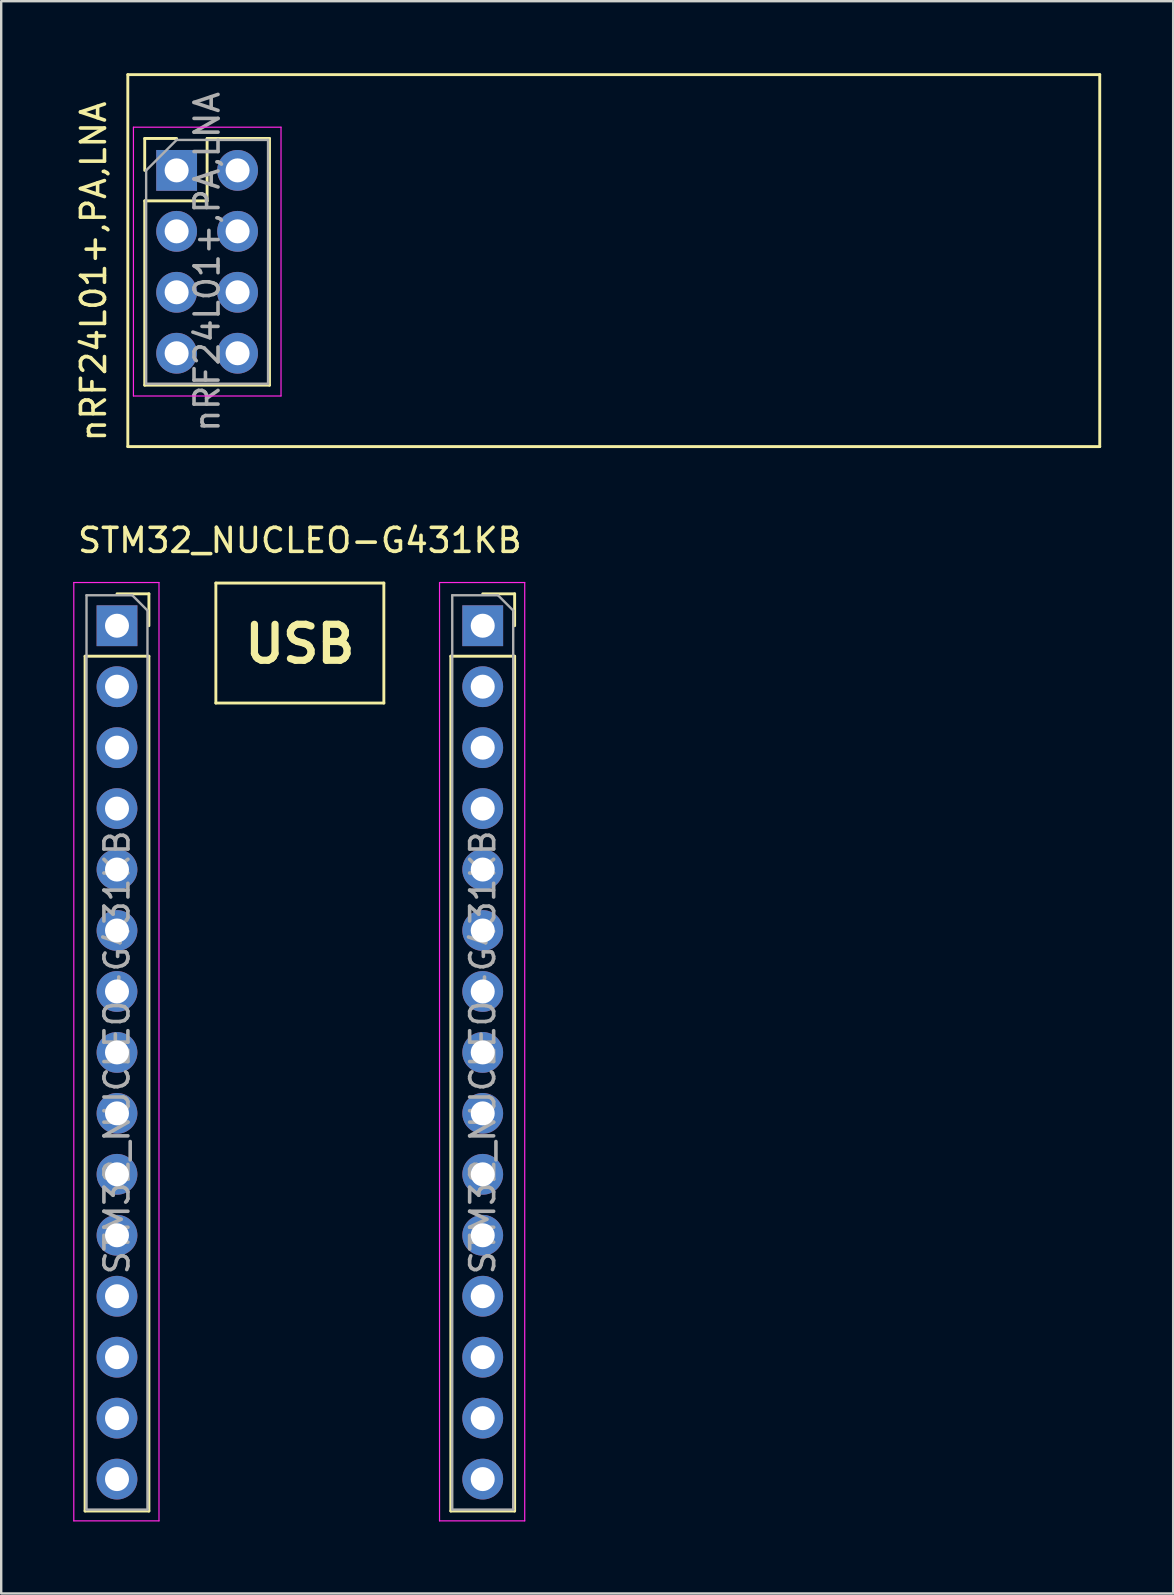
<source format=kicad_pcb>
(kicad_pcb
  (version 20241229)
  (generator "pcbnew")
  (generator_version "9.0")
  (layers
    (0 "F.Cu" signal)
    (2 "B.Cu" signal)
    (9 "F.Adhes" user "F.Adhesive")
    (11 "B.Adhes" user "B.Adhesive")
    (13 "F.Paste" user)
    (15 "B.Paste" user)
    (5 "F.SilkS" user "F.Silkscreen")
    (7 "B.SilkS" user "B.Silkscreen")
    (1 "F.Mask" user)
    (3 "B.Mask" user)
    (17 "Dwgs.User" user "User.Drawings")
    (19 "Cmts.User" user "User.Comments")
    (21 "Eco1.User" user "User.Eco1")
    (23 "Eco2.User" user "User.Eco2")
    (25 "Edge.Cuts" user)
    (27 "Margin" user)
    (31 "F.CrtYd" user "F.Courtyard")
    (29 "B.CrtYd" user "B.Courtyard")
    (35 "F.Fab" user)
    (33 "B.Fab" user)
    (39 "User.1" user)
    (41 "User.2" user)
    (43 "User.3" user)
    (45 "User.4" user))
  (footprint "STM32_NUCLEO-G431KB"
    (layer "F.Cu")
    (at 9.445 39.534)
    (property "Reference" "STM32_NUCLEO-G431KB" (at 0 -20.066 0) (layer "F.SilkS") (effects (font (size 1 1) (thickness 0.15))))
    (attr through_hole)
    (fp_line (start -8.95 -15.24) (end -8.95 20.38) (stroke (width 0.12) (type solid)) (layer "F.SilkS"))
    (fp_line (start -8.95 -15.24) (end -6.29 -15.24) (stroke (width 0.12) (type solid)) (layer "F.SilkS"))
    (fp_line (start -8.95 20.38) (end -6.29 20.38) (stroke (width 0.12) (type solid)) (layer "F.SilkS"))
    (fp_line (start -7.62 -17.84) (end -6.29 -17.84) (stroke (width 0.12) (type solid)) (layer "F.SilkS"))
    (fp_line (start -6.29 -17.84) (end -6.29 -16.51) (stroke (width 0.12) (type solid)) (layer "F.SilkS"))
    (fp_line (start -6.29 -15.24) (end -6.29 20.38) (stroke (width 0.12) (type solid)) (layer "F.SilkS"))
    (fp_line (start -3.5 -18.288) (end -3.5 -13.288) (stroke (width 0.12) (type solid)) (layer "F.SilkS"))
    (fp_line (start 3.5 -18.288) (end -3.5 -18.288) (stroke (width 0.12) (type solid)) (layer "F.SilkS"))
    (fp_line (start 3.5 -13.288) (end -3.5 -13.288) (stroke (width 0.12) (type solid)) (layer "F.SilkS"))
    (fp_line (start 3.5 -13.288) (end 3.5 -18.288) (stroke (width 0.12) (type solid)) (layer "F.SilkS"))
    (fp_line (start 6.29 -15.24) (end 6.29 20.38) (stroke (width 0.12) (type solid)) (layer "F.SilkS"))
    (fp_line (start 6.29 -15.24) (end 8.95 -15.24) (stroke (width 0.12) (type solid)) (layer "F.SilkS"))
    (fp_line (start 6.29 20.38) (end 8.95 20.38) (stroke (width 0.12) (type solid)) (layer "F.SilkS"))
    (fp_line (start 7.62 -17.84) (end 8.95 -17.84) (stroke (width 0.12) (type solid)) (layer "F.SilkS"))
    (fp_line (start 8.95 -17.84) (end 8.95 -16.51) (stroke (width 0.12) (type solid)) (layer "F.SilkS"))
    (fp_line (start 8.95 -15.24) (end 8.95 20.38) (stroke (width 0.12) (type solid)) (layer "F.SilkS"))
    (fp_line (start -9.42 -18.31) (end -5.87 -18.31) (stroke (width 0.05) (type solid)) (layer "F.CrtYd"))
    (fp_line (start -9.42 20.79) (end -9.42 -18.31) (stroke (width 0.05) (type solid)) (layer "F.CrtYd"))
    (fp_line (start -5.87 -18.31) (end -5.87 20.79) (stroke (width 0.05) (type solid)) (layer "F.CrtYd"))
    (fp_line (start -5.87 20.79) (end -9.42 20.79) (stroke (width 0.05) (type solid)) (layer "F.CrtYd"))
    (fp_line (start 5.82 -18.31) (end 9.37 -18.31) (stroke (width 0.05) (type solid)) (layer "F.CrtYd"))
    (fp_line (start 5.82 20.79) (end 5.82 -18.31) (stroke (width 0.05) (type solid)) (layer "F.CrtYd"))
    (fp_line (start 9.37 -18.31) (end 9.37 20.79) (stroke (width 0.05) (type solid)) (layer "F.CrtYd"))
    (fp_line (start 9.37 20.79) (end 5.82 20.79) (stroke (width 0.05) (type solid)) (layer "F.CrtYd"))
    (fp_line (start -8.89 -17.78) (end -6.985 -17.78) (stroke (width 0.1) (type solid)) (layer "F.Fab"))
    (fp_line (start -8.89 20.32) (end -8.89 -17.78) (stroke (width 0.1) (type solid)) (layer "F.Fab"))
    (fp_line (start -6.985 -17.78) (end -6.35 -17.145) (stroke (width 0.1) (type solid)) (layer "F.Fab"))
    (fp_line (start -6.35 -17.145) (end -6.35 20.32) (stroke (width 0.1) (type solid)) (layer "F.Fab"))
    (fp_line (start -6.35 20.32) (end -8.89 20.32) (stroke (width 0.1) (type solid)) (layer "F.Fab"))
    (fp_line (start 6.35 -17.78) (end 8.255 -17.78) (stroke (width 0.1) (type solid)) (layer "F.Fab"))
    (fp_line (start 6.35 20.32) (end 6.35 -17.78) (stroke (width 0.1) (type solid)) (layer "F.Fab"))
    (fp_line (start 8.255 -17.78) (end 8.89 -17.145) (stroke (width 0.1) (type solid)) (layer "F.Fab"))
    (fp_line (start 8.89 -17.145) (end 8.89 20.32) (stroke (width 0.1) (type solid)) (layer "F.Fab"))
    (fp_line (start 8.89 20.32) (end 6.35 20.32) (stroke (width 0.1) (type solid)) (layer "F.Fab"))
    (fp_text user "USB" (at 0 -15.748 0) (layer "F.SilkS") (effects (font (size 1.5 1.5) (thickness 0.3))))
    (fp_text user "${REFERENCE}" (at -7.62 1.27 90) (layer "F.Fab") (effects (font (size 1 1) (thickness 0.15))))
    (fp_text user "${REFERENCE}" (at 7.62 1.27 90) (layer "F.Fab") (effects (font (size 1 1) (thickness 0.15))))
    (pad "1" thru_hole rect (at 7.62 -16.51) (size 1.7 1.7) (drill 1) (layers "*.Cu" "*.Mask"))
    (pad "2" thru_hole oval (at 7.62 -13.97) (size 1.7 1.7) (drill 1) (layers "*.Cu" "*.Mask"))
    (pad "3" thru_hole oval (at 7.62 -11.43) (size 1.7 1.7) (drill 1) (layers "*.Cu" "*.Mask"))
    (pad "4" thru_hole oval (at 7.62 -8.89) (size 1.7 1.7) (drill 1) (layers "*.Cu" "*.Mask"))
    (pad "5" thru_hole oval (at 7.62 -6.35) (size 1.7 1.7) (drill 1) (layers "*.Cu" "*.Mask"))
    (pad "6" thru_hole oval (at 7.62 -3.81) (size 1.7 1.7) (drill 1) (layers "*.Cu" "*.Mask"))
    (pad "7" thru_hole oval (at 7.62 -1.27) (size 1.7 1.7) (drill 1) (layers "*.Cu" "*.Mask"))
    (pad "8" thru_hole oval (at 7.62 1.27) (size 1.7 1.7) (drill 1) (layers "*.Cu" "*.Mask"))
    (pad "9" thru_hole oval (at 7.62 3.81) (size 1.7 1.7) (drill 1) (layers "*.Cu" "*.Mask"))
    (pad "10" thru_hole oval (at 7.62 6.35) (size 1.7 1.7) (drill 1) (layers "*.Cu" "*.Mask"))
    (pad "11" thru_hole oval (at 7.62 8.89) (size 1.7 1.7) (drill 1) (layers "*.Cu" "*.Mask"))
    (pad "12" thru_hole oval (at 7.62 11.43) (size 1.7 1.7) (drill 1) (layers "*.Cu" "*.Mask"))
    (pad "13" thru_hole oval (at 7.62 13.97) (size 1.7 1.7) (drill 1) (layers "*.Cu" "*.Mask"))
    (pad "14" thru_hole oval (at 7.62 16.51) (size 1.7 1.7) (drill 1) (layers "*.Cu" "*.Mask"))
    (pad "15" thru_hole oval (at 7.62 19.05) (size 1.7 1.7) (drill 1) (layers "*.Cu" "*.Mask"))
    (pad "16" thru_hole oval (at -7.62 19.05) (size 1.7 1.7) (drill 1) (layers "*.Cu" "*.Mask"))
    (pad "17" thru_hole oval (at -7.62 16.51) (size 1.7 1.7) (drill 1) (layers "*.Cu" "*.Mask"))
    (pad "18" thru_hole oval (at -7.62 13.97) (size 1.7 1.7) (drill 1) (layers "*.Cu" "*.Mask"))
    (pad "19" thru_hole oval (at -7.62 11.43) (size 1.7 1.7) (drill 1) (layers "*.Cu" "*.Mask"))
    (pad "20" thru_hole oval (at -7.62 8.89) (size 1.7 1.7) (drill 1) (layers "*.Cu" "*.Mask"))
    (pad "21" thru_hole oval (at -7.62 6.35) (size 1.7 1.7) (drill 1) (layers "*.Cu" "*.Mask"))
    (pad "22" thru_hole oval (at -7.62 3.81) (size 1.7 1.7) (drill 1) (layers "*.Cu" "*.Mask"))
    (pad "23" thru_hole oval (at -7.62 1.27) (size 1.7 1.7) (drill 1) (layers "*.Cu" "*.Mask"))
    (pad "24" thru_hole oval (at -7.62 -1.27) (size 1.7 1.7) (drill 1) (layers "*.Cu" "*.Mask"))
    (pad "25" thru_hole oval (at -7.62 -3.81) (size 1.7 1.7) (drill 1) (layers "*.Cu" "*.Mask"))
    (pad "26" thru_hole oval (at -7.62 -6.35) (size 1.7 1.7) (drill 1) (layers "*.Cu" "*.Mask"))
    (pad "27" thru_hole oval (at -7.62 -8.89) (size 1.7 1.7) (drill 1) (layers "*.Cu" "*.Mask"))
    (pad "28" thru_hole oval (at -7.62 -11.43) (size 1.7 1.7) (drill 1) (layers "*.Cu" "*.Mask"))
    (pad "29" thru_hole oval (at -7.62 -13.97) (size 1.7 1.7) (drill 1) (layers "*.Cu" "*.Mask"))
    (pad "30" thru_hole rect (at -7.62 -16.51) (size 1.7 1.7) (drill 1) (layers "*.Cu" "*.Mask")))
  (footprint "nRF24L01+,PA,LNA"
    (layer "F.Cu")
    (at 5.548 7.86)
    (property "Reference" "nRF24L01+,PA,LNA" (at -4.7 0.4 90) (layer "F.SilkS") (effects (font (size 1 1) (thickness 0.15))))
    (attr through_hole)
    (fp_line (start -3.272 -7.8) (end -3.272 7.7) (stroke (width 0.12) (type solid)) (layer "F.SilkS"))
    (fp_line (start -3.272 -7.8) (end 37.228 -7.8) (stroke (width 0.12) (type solid)) (layer "F.SilkS"))
    (fp_line (start -3.272 7.7) (end 37.228 7.7) (stroke (width 0.12) (type solid)) (layer "F.SilkS"))
    (fp_line (start -2.568 -5.14) (end -1.238 -5.14) (stroke (width 0.12) (type solid)) (layer "F.SilkS"))
    (fp_line (start -2.568 -3.81) (end -2.568 -5.14) (stroke (width 0.12) (type solid)) (layer "F.SilkS"))
    (fp_line (start -2.568 -2.54) (end -2.568 5.14) (stroke (width 0.12) (type solid)) (layer "F.SilkS"))
    (fp_line (start -2.568 -2.54) (end 0.032 -2.54) (stroke (width 0.12) (type solid)) (layer "F.SilkS"))
    (fp_line (start -2.568 5.14) (end 2.632 5.14) (stroke (width 0.12) (type solid)) (layer "F.SilkS"))
    (fp_line (start 0.032 -5.14) (end 2.632 -5.14) (stroke (width 0.12) (type solid)) (layer "F.SilkS"))
    (fp_line (start 0.032 -2.54) (end 0.032 -5.14) (stroke (width 0.12) (type solid)) (layer "F.SilkS"))
    (fp_line (start 2.632 -5.14) (end 2.632 5.14) (stroke (width 0.12) (type solid)) (layer "F.SilkS"))
    (fp_line (start 37.228 -7.8) (end 37.228 7.7) (stroke (width 0.12) (type solid)) (layer "F.SilkS"))
    (fp_line (start -3.038 -5.61) (end -3.038 5.59) (stroke (width 0.05) (type solid)) (layer "F.CrtYd"))
    (fp_line (start -3.038 5.59) (end 3.112 5.59) (stroke (width 0.05) (type solid)) (layer "F.CrtYd"))
    (fp_line (start 3.112 -5.61) (end -3.038 -5.61) (stroke (width 0.05) (type solid)) (layer "F.CrtYd"))
    (fp_line (start 3.112 5.59) (end 3.112 -5.61) (stroke (width 0.05) (type solid)) (layer "F.CrtYd"))
    (fp_line (start -2.508 -3.81) (end -1.238 -5.08) (stroke (width 0.1) (type solid)) (layer "F.Fab"))
    (fp_line (start -2.508 5.08) (end -2.508 -3.81) (stroke (width 0.1) (type solid)) (layer "F.Fab"))
    (fp_line (start -1.238 -5.08) (end 2.572 -5.08) (stroke (width 0.1) (type solid)) (layer "F.Fab"))
    (fp_line (start 2.572 -5.08) (end 2.572 5.08) (stroke (width 0.1) (type solid)) (layer "F.Fab"))
    (fp_line (start 2.572 5.08) (end -2.508 5.08) (stroke (width 0.1) (type solid)) (layer "F.Fab"))
    (fp_text user "${REFERENCE}" (at 0.032 0 90) (layer "F.Fab") (effects (font (size 1 1) (thickness 0.15))))
    (pad "1" thru_hole rect (at -1.238 -3.81) (size 1.7 1.7) (drill 1) (layers "*.Cu" "*.Mask"))
    (pad "2" thru_hole oval (at 1.302 -3.81) (size 1.7 1.7) (drill 1) (layers "*.Cu" "*.Mask"))
    (pad "3" thru_hole oval (at -1.238 -1.27) (size 1.7 1.7) (drill 1) (layers "*.Cu" "*.Mask"))
    (pad "4" thru_hole oval (at 1.302 -1.27) (size 1.7 1.7) (drill 1) (layers "*.Cu" "*.Mask"))
    (pad "5" thru_hole oval (at -1.238 1.27) (size 1.7 1.7) (drill 1) (layers "*.Cu" "*.Mask"))
    (pad "6" thru_hole oval (at 1.302 1.27) (size 1.7 1.7) (drill 1) (layers "*.Cu" "*.Mask"))
    (pad "7" thru_hole oval (at -1.238 3.81) (size 1.7 1.7) (drill 1) (layers "*.Cu" "*.Mask"))
    (pad "8" thru_hole oval (at 1.302 3.81) (size 1.7 1.7) (drill 1) (layers "*.Cu" "*.Mask")))
  (gr_rect
    (start -3 -3)
    (end 45.836 63.349)
    (stroke (width 0.1) (type default))
    (fill no)
    (layer "Edge.Cuts")))
</source>
